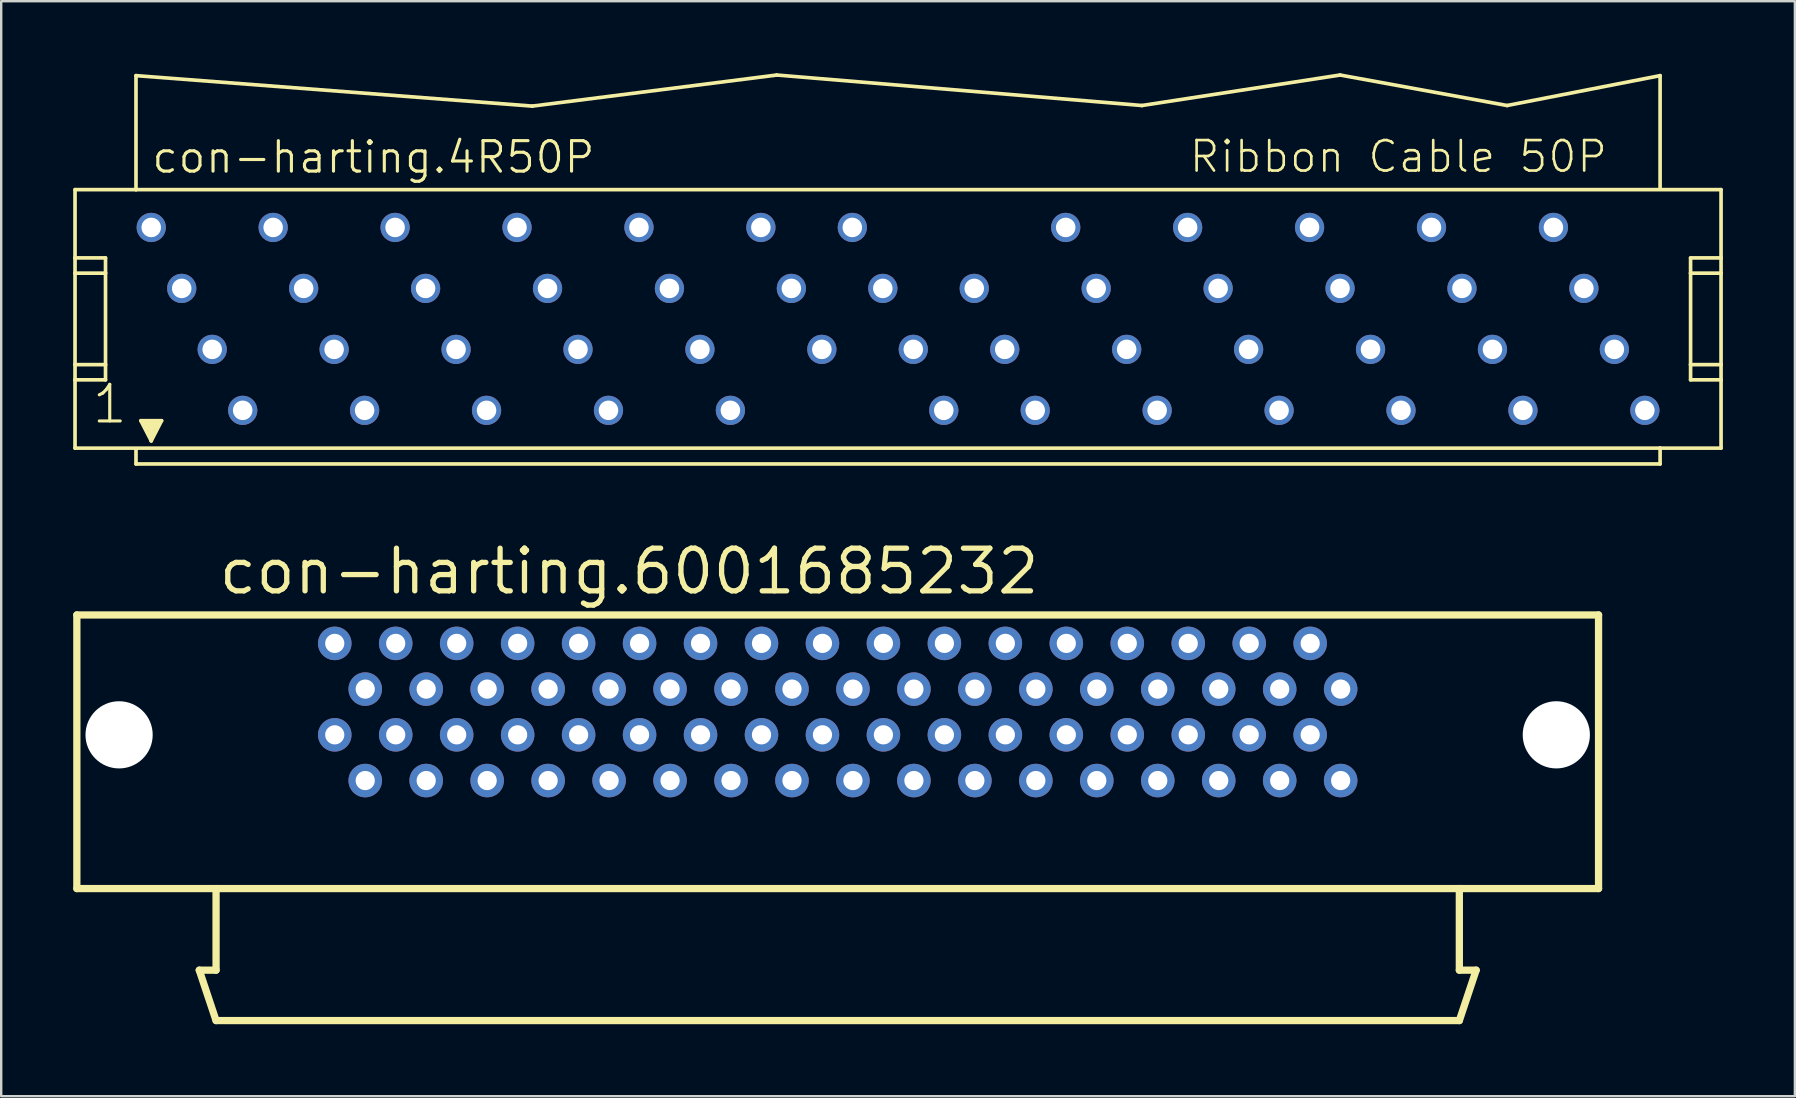
<source format=kicad_pcb>
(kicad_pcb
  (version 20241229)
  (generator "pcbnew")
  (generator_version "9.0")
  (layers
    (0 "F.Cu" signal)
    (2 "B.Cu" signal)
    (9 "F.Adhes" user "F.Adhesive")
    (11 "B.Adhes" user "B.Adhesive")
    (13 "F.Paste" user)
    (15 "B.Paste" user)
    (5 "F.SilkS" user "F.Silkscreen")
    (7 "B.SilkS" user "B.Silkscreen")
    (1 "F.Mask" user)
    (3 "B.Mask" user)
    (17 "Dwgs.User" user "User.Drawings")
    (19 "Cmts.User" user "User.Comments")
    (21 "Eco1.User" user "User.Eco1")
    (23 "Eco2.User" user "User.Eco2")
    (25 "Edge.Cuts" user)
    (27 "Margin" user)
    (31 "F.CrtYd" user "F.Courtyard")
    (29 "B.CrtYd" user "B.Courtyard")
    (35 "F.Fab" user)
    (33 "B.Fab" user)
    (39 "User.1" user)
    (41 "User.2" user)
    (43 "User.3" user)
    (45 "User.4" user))
  (footprint "con-harting.4R50P"
    (layer "F.Cu")
    (at 34.366 10.236)
    (property "Reference" "con-harting.4R50P" (at -31.166 -5.994 0) (layer "F.SilkS") (effects (font (size 1.27 1.27) (thickness 0.13)) (justify left bottom)))
    (attr through_hole)
    (fp_line (start -34.29 -5.385) (end -34.29 -2.54) (stroke (width 0.152) (type default)) (layer "F.SilkS"))
    (fp_line (start -34.29 -2.54) (end -34.29 -1.905) (stroke (width 0.152) (type default)) (layer "F.SilkS"))
    (fp_line (start -34.29 -1.905) (end -34.29 1.905) (stroke (width 0.152) (type default)) (layer "F.SilkS"))
    (fp_line (start -34.29 -1.905) (end -33.02 -1.905) (stroke (width 0.152) (type default)) (layer "F.SilkS"))
    (fp_line (start -34.29 1.905) (end -34.29 2.54) (stroke (width 0.152) (type default)) (layer "F.SilkS"))
    (fp_line (start -34.29 1.905) (end -33.02 1.905) (stroke (width 0.152) (type default)) (layer "F.SilkS"))
    (fp_line (start -34.29 2.54) (end -34.29 5.385) (stroke (width 0.152) (type default)) (layer "F.SilkS"))
    (fp_line (start -34.29 2.54) (end -33.02 2.54) (stroke (width 0.152) (type default)) (layer "F.SilkS"))
    (fp_line (start -34.29 5.385) (end 31.75 5.385) (stroke (width 0.152) (type default)) (layer "F.SilkS"))
    (fp_line (start -33.02 -2.54) (end -34.29 -2.54) (stroke (width 0.152) (type default)) (layer "F.SilkS"))
    (fp_line (start -33.02 -1.905) (end -33.02 -2.54) (stroke (width 0.152) (type default)) (layer "F.SilkS"))
    (fp_line (start -33.02 1.905) (end -33.02 -1.905) (stroke (width 0.152) (type default)) (layer "F.SilkS"))
    (fp_line (start -33.02 2.54) (end -33.02 1.905) (stroke (width 0.152) (type default)) (layer "F.SilkS"))
    (fp_line (start -31.75 -10.135) (end -15.24 -8.865) (stroke (width 0.152) (type default)) (layer "F.SilkS"))
    (fp_line (start -31.75 -5.385) (end -34.29 -5.385) (stroke (width 0.152) (type default)) (layer "F.SilkS"))
    (fp_line (start -31.75 -5.385) (end -31.75 -10.135) (stroke (width 0.152) (type default)) (layer "F.SilkS"))
    (fp_line (start -31.75 5.41) (end -31.75 6.045) (stroke (width 0.152) (type default)) (layer "F.SilkS"))
    (fp_line (start -31.75 6.045) (end 31.75 6.045) (stroke (width 0.152) (type default)) (layer "F.SilkS"))
    (fp_line (start -31.547 4.242) (end -30.683 4.242) (stroke (width 0.152) (type default)) (layer "F.SilkS"))
    (fp_line (start -31.115 5.08) (end -31.547 4.242) (stroke (width 0.152) (type default)) (layer "F.SilkS"))
    (fp_line (start -31.115 5.08) (end -31.115 4.826) (stroke (width 0.152) (type default)) (layer "F.SilkS"))
    (fp_line (start -30.683 4.242) (end -31.115 5.08) (stroke (width 0.152) (type default)) (layer "F.SilkS"))
    (fp_line (start -15.24 -8.865) (end -5.055 -10.16) (stroke (width 0.152) (type default)) (layer "F.SilkS"))
    (fp_line (start 10.16 -8.89) (end -5.055 -10.16) (stroke (width 0.152) (type default)) (layer "F.SilkS"))
    (fp_line (start 18.415 -10.16) (end 10.16 -8.89) (stroke (width 0.152) (type default)) (layer "F.SilkS"))
    (fp_line (start 25.375 -8.89) (end 18.415 -10.16) (stroke (width 0.152) (type default)) (layer "F.SilkS"))
    (fp_line (start 31.75 -10.135) (end 25.375 -8.89) (stroke (width 0.152) (type default)) (layer "F.SilkS"))
    (fp_line (start 31.75 -10.135) (end 31.75 -5.41) (stroke (width 0.152) (type default)) (layer "F.SilkS"))
    (fp_line (start 31.75 5.385) (end 34.29 5.385) (stroke (width 0.152) (type default)) (layer "F.SilkS"))
    (fp_line (start 31.75 6.045) (end 31.75 5.385) (stroke (width 0.152) (type default)) (layer "F.SilkS"))
    (fp_line (start 33.02 -2.54) (end 33.02 -1.905) (stroke (width 0.152) (type default)) (layer "F.SilkS"))
    (fp_line (start 33.02 -1.905) (end 33.02 1.905) (stroke (width 0.152) (type default)) (layer "F.SilkS"))
    (fp_line (start 33.02 -1.905) (end 34.29 -1.905) (stroke (width 0.152) (type default)) (layer "F.SilkS"))
    (fp_line (start 33.02 1.905) (end 33.02 2.54) (stroke (width 0.152) (type default)) (layer "F.SilkS"))
    (fp_line (start 33.02 1.905) (end 34.29 1.905) (stroke (width 0.152) (type default)) (layer "F.SilkS"))
    (fp_line (start 33.02 2.54) (end 34.29 2.54) (stroke (width 0.152) (type default)) (layer "F.SilkS"))
    (fp_line (start 34.29 -5.385) (end -31.75 -5.385) (stroke (width 0.152) (type default)) (layer "F.SilkS"))
    (fp_line (start 34.29 -2.54) (end 33.02 -2.54) (stroke (width 0.152) (type default)) (layer "F.SilkS"))
    (fp_line (start 34.29 -2.54) (end 34.29 -5.385) (stroke (width 0.152) (type default)) (layer "F.SilkS"))
    (fp_line (start 34.29 -1.905) (end 34.29 -2.54) (stroke (width 0.152) (type default)) (layer "F.SilkS"))
    (fp_line (start 34.29 1.905) (end 34.29 -1.905) (stroke (width 0.152) (type default)) (layer "F.SilkS"))
    (fp_line (start 34.29 2.54) (end 34.29 1.905) (stroke (width 0.152) (type default)) (layer "F.SilkS"))
    (fp_line (start 34.29 5.385) (end 34.29 2.54) (stroke (width 0.152) (type default)) (layer "F.SilkS"))
    (fp_rect (start -31.496 4.394) (end -31.115 4.267) (stroke (width 0.05) (type default)) (fill yes) (layer "F.SilkS"))
    (fp_rect (start -31.369 4.623) (end -30.861 4.369) (stroke (width 0.05) (type default)) (fill yes) (layer "F.SilkS"))
    (fp_rect (start -31.242 4.851) (end -30.988 4.597) (stroke (width 0.05) (type default)) (fill yes) (layer "F.SilkS"))
    (fp_rect (start -31.115 4.394) (end -30.734 4.267) (stroke (width 0.05) (type default)) (fill yes) (layer "F.SilkS"))
    (fp_text user "Ribbon Cable 50P" (at 12.065 -6.02 0) (layer "F.SilkS") (effects (font (size 1.27 1.27) (thickness 0.11)) (justify left bottom)))
    (fp_text user "1" (at -33.655 4.445 0) (layer "F.SilkS") (effects (font (size 1.524 1.524) (thickness 0.13)) (justify left bottom)))
    (pad "1" thru_hole circle (at -31.115 -3.81) (size 1.219 1.219) (drill 0.813) (layers "*.Cu" "*.Mask"))
    (pad "2" thru_hole circle (at -29.845 -1.27) (size 1.219 1.219) (drill 0.813) (layers "*.Cu" "*.Mask"))
    (pad "3" thru_hole circle (at -28.575 1.27) (size 1.219 1.219) (drill 0.813) (layers "*.Cu" "*.Mask"))
    (pad "4" thru_hole circle (at -27.305 3.81) (size 1.219 1.219) (drill 0.813) (layers "*.Cu" "*.Mask"))
    (pad "5" thru_hole circle (at -26.035 -3.81) (size 1.219 1.219) (drill 0.813) (layers "*.Cu" "*.Mask"))
    (pad "6" thru_hole circle (at -24.765 -1.27) (size 1.219 1.219) (drill 0.813) (layers "*.Cu" "*.Mask"))
    (pad "7" thru_hole circle (at -23.495 1.27) (size 1.219 1.219) (drill 0.813) (layers "*.Cu" "*.Mask"))
    (pad "8" thru_hole circle (at -22.225 3.81) (size 1.219 1.219) (drill 0.813) (layers "*.Cu" "*.Mask"))
    (pad "9" thru_hole circle (at -20.955 -3.81) (size 1.219 1.219) (drill 0.813) (layers "*.Cu" "*.Mask"))
    (pad "10" thru_hole circle (at -19.685 -1.27) (size 1.219 1.219) (drill 0.813) (layers "*.Cu" "*.Mask"))
    (pad "11" thru_hole circle (at -18.415 1.27) (size 1.219 1.219) (drill 0.813) (layers "*.Cu" "*.Mask"))
    (pad "12" thru_hole circle (at -17.145 3.81) (size 1.219 1.219) (drill 0.813) (layers "*.Cu" "*.Mask"))
    (pad "13" thru_hole circle (at -15.875 -3.81) (size 1.219 1.219) (drill 0.813) (layers "*.Cu" "*.Mask"))
    (pad "14" thru_hole circle (at -14.605 -1.27) (size 1.219 1.219) (drill 0.813) (layers "*.Cu" "*.Mask"))
    (pad "15" thru_hole circle (at -13.335 1.27) (size 1.219 1.219) (drill 0.813) (layers "*.Cu" "*.Mask"))
    (pad "16" thru_hole circle (at -12.065 3.81) (size 1.219 1.219) (drill 0.813) (layers "*.Cu" "*.Mask"))
    (pad "17" thru_hole circle (at -10.795 -3.81) (size 1.219 1.219) (drill 0.813) (layers "*.Cu" "*.Mask"))
    (pad "18" thru_hole circle (at -9.525 -1.27) (size 1.219 1.219) (drill 0.813) (layers "*.Cu" "*.Mask"))
    (pad "19" thru_hole circle (at -8.255 1.27) (size 1.219 1.219) (drill 0.813) (layers "*.Cu" "*.Mask"))
    (pad "20" thru_hole circle (at -6.985 3.81) (size 1.219 1.219) (drill 0.813) (layers "*.Cu" "*.Mask"))
    (pad "21" thru_hole circle (at -5.715 -3.81) (size 1.219 1.219) (drill 0.813) (layers "*.Cu" "*.Mask"))
    (pad "22" thru_hole circle (at -4.445 -1.27) (size 1.219 1.219) (drill 0.813) (layers "*.Cu" "*.Mask"))
    (pad "23" thru_hole circle (at -3.175 1.27) (size 1.219 1.219) (drill 0.813) (layers "*.Cu" "*.Mask"))
    (pad "24" thru_hole circle (at -1.905 -3.81) (size 1.219 1.219) (drill 0.813) (layers "*.Cu" "*.Mask"))
    (pad "25" thru_hole circle (at -0.635 -1.27) (size 1.219 1.219) (drill 0.813) (layers "*.Cu" "*.Mask"))
    (pad "26" thru_hole circle (at 0.635 1.27) (size 1.219 1.219) (drill 0.813) (layers "*.Cu" "*.Mask"))
    (pad "27" thru_hole circle (at 1.905 3.81) (size 1.219 1.219) (drill 0.813) (layers "*.Cu" "*.Mask"))
    (pad "28" thru_hole circle (at 3.175 -1.27) (size 1.219 1.219) (drill 0.813) (layers "*.Cu" "*.Mask"))
    (pad "29" thru_hole circle (at 4.445 1.27) (size 1.219 1.219) (drill 0.813) (layers "*.Cu" "*.Mask"))
    (pad "30" thru_hole circle (at 5.715 3.81) (size 1.219 1.219) (drill 0.813) (layers "*.Cu" "*.Mask"))
    (pad "31" thru_hole circle (at 6.985 -3.81) (size 1.219 1.219) (drill 0.813) (layers "*.Cu" "*.Mask"))
    (pad "32" thru_hole circle (at 8.255 -1.27) (size 1.219 1.219) (drill 0.813) (layers "*.Cu" "*.Mask"))
    (pad "33" thru_hole circle (at 9.525 1.27) (size 1.219 1.219) (drill 0.813) (layers "*.Cu" "*.Mask"))
    (pad "34" thru_hole circle (at 10.795 3.81) (size 1.219 1.219) (drill 0.813) (layers "*.Cu" "*.Mask"))
    (pad "35" thru_hole circle (at 12.065 -3.81) (size 1.219 1.219) (drill 0.813) (layers "*.Cu" "*.Mask"))
    (pad "36" thru_hole circle (at 13.335 -1.27) (size 1.219 1.219) (drill 0.813) (layers "*.Cu" "*.Mask"))
    (pad "37" thru_hole circle (at 14.605 1.27) (size 1.219 1.219) (drill 0.813) (layers "*.Cu" "*.Mask"))
    (pad "38" thru_hole circle (at 15.875 3.81) (size 1.219 1.219) (drill 0.813) (layers "*.Cu" "*.Mask"))
    (pad "39" thru_hole circle (at 17.145 -3.81) (size 1.219 1.219) (drill 0.813) (layers "*.Cu" "*.Mask"))
    (pad "40" thru_hole circle (at 18.415 -1.27) (size 1.219 1.219) (drill 0.813) (layers "*.Cu" "*.Mask"))
    (pad "41" thru_hole circle (at 19.685 1.27) (size 1.219 1.219) (drill 0.813) (layers "*.Cu" "*.Mask"))
    (pad "42" thru_hole circle (at 20.955 3.81) (size 1.219 1.219) (drill 0.813) (layers "*.Cu" "*.Mask"))
    (pad "43" thru_hole circle (at 22.225 -3.81) (size 1.219 1.219) (drill 0.813) (layers "*.Cu" "*.Mask"))
    (pad "44" thru_hole circle (at 23.495 -1.27) (size 1.219 1.219) (drill 0.813) (layers "*.Cu" "*.Mask"))
    (pad "45" thru_hole circle (at 24.765 1.27) (size 1.219 1.219) (drill 0.813) (layers "*.Cu" "*.Mask"))
    (pad "46" thru_hole circle (at 26.035 3.81) (size 1.219 1.219) (drill 0.813) (layers "*.Cu" "*.Mask"))
    (pad "47" thru_hole circle (at 27.305 -3.81) (size 1.219 1.219) (drill 0.813) (layers "*.Cu" "*.Mask"))
    (pad "48" thru_hole circle (at 28.575 -1.27) (size 1.219 1.219) (drill 0.813) (layers "*.Cu" "*.Mask"))
    (pad "49" thru_hole circle (at 29.845 1.27) (size 1.219 1.219) (drill 0.813) (layers "*.Cu" "*.Mask"))
    (pad "50" thru_hole circle (at 31.115 3.81) (size 1.219 1.219) (drill 0.813) (layers "*.Cu" "*.Mask")))
  (footprint "con-harting.6001685232"
    (layer "F.Cu")
    (at 31.852 29.471)
    (property "Reference" "con-harting.6001685232" (at -25.895 -7.675 0) (layer "F.SilkS") (effects (font (size 1.778 1.778) (thickness 0.22)) (justify left bottom)))
    (attr through_hole)
    (fp_line (start -31.7 -6.9) (end 31.7 -6.9) (stroke (width 0.303) (type default)) (layer "F.SilkS"))
    (fp_line (start -31.7 4.5) (end -31.7 -6.9) (stroke (width 0.303) (type default)) (layer "F.SilkS"))
    (fp_line (start -26.6 7.9) (end -25.9 10) (stroke (width 0.303) (type default)) (layer "F.SilkS"))
    (fp_line (start -25.9 4.5) (end -31.7 4.5) (stroke (width 0.303) (type default)) (layer "F.SilkS"))
    (fp_line (start -25.9 4.5) (end -25.9 7.9) (stroke (width 0.303) (type default)) (layer "F.SilkS"))
    (fp_line (start -25.9 7.9) (end -26.6 7.9) (stroke (width 0.303) (type default)) (layer "F.SilkS"))
    (fp_line (start -25.9 10) (end 25.9 10) (stroke (width 0.303) (type default)) (layer "F.SilkS"))
    (fp_line (start 25.9 4.5) (end -25.9 4.5) (stroke (width 0.303) (type default)) (layer "F.SilkS"))
    (fp_line (start 25.9 7.9) (end 25.9 4.5) (stroke (width 0.303) (type default)) (layer "F.SilkS"))
    (fp_line (start 25.9 10) (end 26.6 7.9) (stroke (width 0.303) (type default)) (layer "F.SilkS"))
    (fp_line (start 26.6 7.9) (end 25.9 7.9) (stroke (width 0.303) (type default)) (layer "F.SilkS"))
    (fp_line (start 31.7 -6.9) (end 31.7 4.5) (stroke (width 0.303) (type default)) (layer "F.SilkS"))
    (fp_line (start 31.7 4.5) (end 25.9 4.5) (stroke (width 0.303) (type default)) (layer "F.SilkS"))
    (pad "" np_thru_hole circle (at -29.94 -1.905) (size 2.8 2.8) (drill 2.8) (layers "*.Cu" "*.Mask"))
    (pad "" np_thru_hole circle (at 29.94 -1.905) (size 2.8 2.8) (drill 2.8) (layers "*.Cu" "*.Mask"))
    (pad "1" thru_hole circle (at -20.955 -5.715) (size 1.397 1.397) (drill 0.8) (layers "*.Cu" "*.Mask"))
    (pad "2" thru_hole circle (at -19.685 -3.81) (size 1.397 1.397) (drill 0.8) (layers "*.Cu" "*.Mask"))
    (pad "3" thru_hole circle (at -18.415 -5.715) (size 1.397 1.397) (drill 0.8) (layers "*.Cu" "*.Mask"))
    (pad "4" thru_hole circle (at -17.145 -3.81) (size 1.397 1.397) (drill 0.8) (layers "*.Cu" "*.Mask"))
    (pad "5" thru_hole circle (at -15.875 -5.715) (size 1.397 1.397) (drill 0.8) (layers "*.Cu" "*.Mask"))
    (pad "6" thru_hole circle (at -14.605 -3.81) (size 1.397 1.397) (drill 0.8) (layers "*.Cu" "*.Mask"))
    (pad "7" thru_hole circle (at -13.335 -5.715) (size 1.397 1.397) (drill 0.8) (layers "*.Cu" "*.Mask"))
    (pad "8" thru_hole circle (at -12.065 -3.81) (size 1.397 1.397) (drill 0.8) (layers "*.Cu" "*.Mask"))
    (pad "9" thru_hole circle (at -10.795 -5.715) (size 1.397 1.397) (drill 0.8) (layers "*.Cu" "*.Mask"))
    (pad "10" thru_hole circle (at -9.525 -3.81) (size 1.397 1.397) (drill 0.8) (layers "*.Cu" "*.Mask"))
    (pad "11" thru_hole circle (at -8.255 -5.715) (size 1.397 1.397) (drill 0.8) (layers "*.Cu" "*.Mask"))
    (pad "12" thru_hole circle (at -6.985 -3.81) (size 1.397 1.397) (drill 0.8) (layers "*.Cu" "*.Mask"))
    (pad "13" thru_hole circle (at -5.715 -5.715) (size 1.397 1.397) (drill 0.8) (layers "*.Cu" "*.Mask"))
    (pad "14" thru_hole circle (at -4.445 -3.81) (size 1.397 1.397) (drill 0.8) (layers "*.Cu" "*.Mask"))
    (pad "15" thru_hole circle (at -3.175 -5.715) (size 1.397 1.397) (drill 0.8) (layers "*.Cu" "*.Mask"))
    (pad "16" thru_hole circle (at -1.905 -3.81) (size 1.397 1.397) (drill 0.8) (layers "*.Cu" "*.Mask"))
    (pad "17" thru_hole circle (at -0.635 -5.715) (size 1.397 1.397) (drill 0.8) (layers "*.Cu" "*.Mask"))
    (pad "18" thru_hole circle (at 0.635 -3.81) (size 1.397 1.397) (drill 0.8) (layers "*.Cu" "*.Mask"))
    (pad "19" thru_hole circle (at 1.905 -5.715) (size 1.397 1.397) (drill 0.8) (layers "*.Cu" "*.Mask"))
    (pad "20" thru_hole circle (at 3.175 -3.81) (size 1.397 1.397) (drill 0.8) (layers "*.Cu" "*.Mask"))
    (pad "21" thru_hole circle (at 4.445 -5.715) (size 1.397 1.397) (drill 0.8) (layers "*.Cu" "*.Mask"))
    (pad "22" thru_hole circle (at 5.715 -3.81) (size 1.397 1.397) (drill 0.8) (layers "*.Cu" "*.Mask"))
    (pad "23" thru_hole circle (at 6.985 -5.715) (size 1.397 1.397) (drill 0.8) (layers "*.Cu" "*.Mask"))
    (pad "24" thru_hole circle (at 8.255 -3.81) (size 1.397 1.397) (drill 0.8) (layers "*.Cu" "*.Mask"))
    (pad "25" thru_hole circle (at 9.525 -5.715) (size 1.397 1.397) (drill 0.8) (layers "*.Cu" "*.Mask"))
    (pad "26" thru_hole circle (at 10.795 -3.81) (size 1.397 1.397) (drill 0.8) (layers "*.Cu" "*.Mask"))
    (pad "27" thru_hole circle (at 12.065 -5.715) (size 1.397 1.397) (drill 0.8) (layers "*.Cu" "*.Mask"))
    (pad "28" thru_hole circle (at 13.335 -3.81) (size 1.397 1.397) (drill 0.8) (layers "*.Cu" "*.Mask"))
    (pad "29" thru_hole circle (at 14.605 -5.715) (size 1.397 1.397) (drill 0.8) (layers "*.Cu" "*.Mask"))
    (pad "30" thru_hole circle (at 15.875 -3.81) (size 1.397 1.397) (drill 0.8) (layers "*.Cu" "*.Mask"))
    (pad "31" thru_hole circle (at 17.145 -5.715) (size 1.397 1.397) (drill 0.8) (layers "*.Cu" "*.Mask"))
    (pad "32" thru_hole circle (at 18.415 -3.81) (size 1.397 1.397) (drill 0.8) (layers "*.Cu" "*.Mask"))
    (pad "33" thru_hole circle (at 19.685 -5.715) (size 1.397 1.397) (drill 0.8) (layers "*.Cu" "*.Mask"))
    (pad "34" thru_hole circle (at 20.955 -3.81) (size 1.397 1.397) (drill 0.8) (layers "*.Cu" "*.Mask"))
    (pad "35" thru_hole circle (at -20.955 -1.905) (size 1.397 1.397) (drill 0.8) (layers "*.Cu" "*.Mask"))
    (pad "36" thru_hole circle (at -18.415 -1.905) (size 1.397 1.397) (drill 0.8) (layers "*.Cu" "*.Mask"))
    (pad "37" thru_hole circle (at -15.875 -1.905) (size 1.397 1.397) (drill 0.8) (layers "*.Cu" "*.Mask"))
    (pad "38" thru_hole circle (at -13.335 -1.905) (size 1.397 1.397) (drill 0.8) (layers "*.Cu" "*.Mask"))
    (pad "39" thru_hole circle (at -10.795 -1.905) (size 1.397 1.397) (drill 0.8) (layers "*.Cu" "*.Mask"))
    (pad "40" thru_hole circle (at -8.255 -1.905) (size 1.397 1.397) (drill 0.8) (layers "*.Cu" "*.Mask"))
    (pad "41" thru_hole circle (at -5.715 -1.905) (size 1.397 1.397) (drill 0.8) (layers "*.Cu" "*.Mask"))
    (pad "42" thru_hole circle (at -3.175 -1.905) (size 1.397 1.397) (drill 0.8) (layers "*.Cu" "*.Mask"))
    (pad "43" thru_hole circle (at -0.635 -1.905) (size 1.397 1.397) (drill 0.8) (layers "*.Cu" "*.Mask"))
    (pad "44" thru_hole circle (at 1.905 -1.905) (size 1.397 1.397) (drill 0.8) (layers "*.Cu" "*.Mask"))
    (pad "45" thru_hole circle (at 4.445 -1.905) (size 1.397 1.397) (drill 0.8) (layers "*.Cu" "*.Mask"))
    (pad "46" thru_hole circle (at 6.985 -1.905) (size 1.397 1.397) (drill 0.8) (layers "*.Cu" "*.Mask"))
    (pad "47" thru_hole circle (at 9.525 -1.905) (size 1.397 1.397) (drill 0.8) (layers "*.Cu" "*.Mask"))
    (pad "48" thru_hole circle (at 12.065 -1.905) (size 1.397 1.397) (drill 0.8) (layers "*.Cu" "*.Mask"))
    (pad "49" thru_hole circle (at 14.605 -1.905) (size 1.397 1.397) (drill 0.8) (layers "*.Cu" "*.Mask"))
    (pad "50" thru_hole circle (at 17.145 -1.905) (size 1.397 1.397) (drill 0.8) (layers "*.Cu" "*.Mask"))
    (pad "51" thru_hole circle (at 19.685 -1.905) (size 1.397 1.397) (drill 0.8) (layers "*.Cu" "*.Mask"))
    (pad "52" thru_hole circle (at -19.685 0) (size 1.397 1.397) (drill 0.8) (layers "*.Cu" "*.Mask"))
    (pad "53" thru_hole circle (at -17.145 0) (size 1.397 1.397) (drill 0.8) (layers "*.Cu" "*.Mask"))
    (pad "54" thru_hole circle (at -14.605 0) (size 1.397 1.397) (drill 0.8) (layers "*.Cu" "*.Mask"))
    (pad "55" thru_hole circle (at -12.065 0) (size 1.397 1.397) (drill 0.8) (layers "*.Cu" "*.Mask"))
    (pad "56" thru_hole circle (at -9.525 0) (size 1.397 1.397) (drill 0.8) (layers "*.Cu" "*.Mask"))
    (pad "57" thru_hole circle (at -6.985 0) (size 1.397 1.397) (drill 0.8) (layers "*.Cu" "*.Mask"))
    (pad "58" thru_hole circle (at -4.445 0) (size 1.397 1.397) (drill 0.8) (layers "*.Cu" "*.Mask"))
    (pad "59" thru_hole circle (at -1.905 0) (size 1.397 1.397) (drill 0.8) (layers "*.Cu" "*.Mask"))
    (pad "60" thru_hole circle (at 0.635 0) (size 1.397 1.397) (drill 0.8) (layers "*.Cu" "*.Mask"))
    (pad "61" thru_hole circle (at 3.175 0) (size 1.397 1.397) (drill 0.8) (layers "*.Cu" "*.Mask"))
    (pad "62" thru_hole circle (at 5.715 0) (size 1.397 1.397) (drill 0.8) (layers "*.Cu" "*.Mask"))
    (pad "63" thru_hole circle (at 8.255 0) (size 1.397 1.397) (drill 0.8) (layers "*.Cu" "*.Mask"))
    (pad "64" thru_hole circle (at 10.795 0) (size 1.397 1.397) (drill 0.8) (layers "*.Cu" "*.Mask"))
    (pad "65" thru_hole circle (at 13.335 0) (size 1.397 1.397) (drill 0.8) (layers "*.Cu" "*.Mask"))
    (pad "66" thru_hole circle (at 15.875 0) (size 1.397 1.397) (drill 0.8) (layers "*.Cu" "*.Mask"))
    (pad "67" thru_hole circle (at 18.415 0) (size 1.397 1.397) (drill 0.8) (layers "*.Cu" "*.Mask"))
    (pad "68" thru_hole circle (at 20.955 0) (size 1.397 1.397) (drill 0.8) (layers "*.Cu" "*.Mask")))
  (gr_rect
    (start -3 -3)
    (end 71.732 42.622)
    (stroke (width 0.1) (type default))
    (fill no)
    (layer "Edge.Cuts")))
</source>
